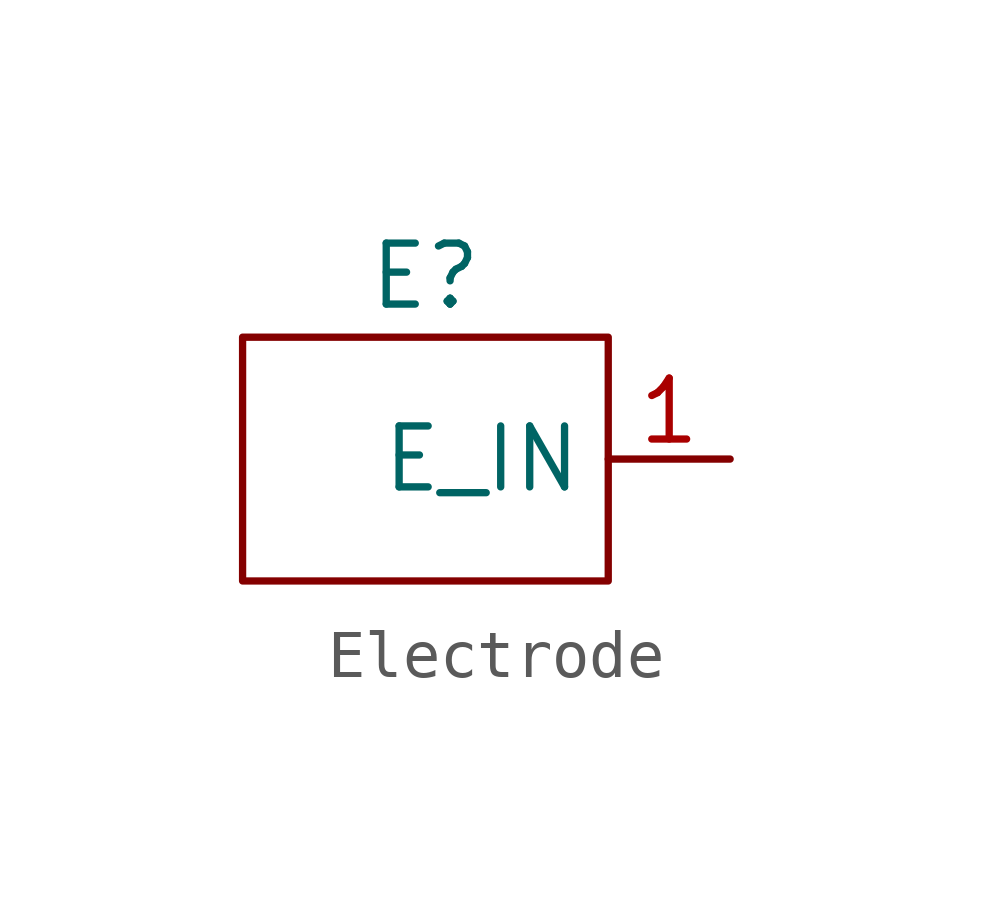
<source format=kicad_sym>
(kicad_symbol_lib
  (version 20231120)
  (generator "kicad_symbol_editor")
  (generator_version "8.0")
  (symbol "Electrode"
    (property "Reference" "E"
      (at 0 0 0)
      (effects (font (size 1.27 1.27))))
    (property "Value" ""
      (at 0 0 0)
      (effects (font (size 1.27 1.27))))
    (symbol "Electrode_0_1"
      (rectangle (start -3.81 -1.27) (end 3.81 -6.35) (stroke (width 0) (type default)) (fill (type none))))
    (symbol "Electrode_1_1"
      (pin output line (at 6.35 -3.81 180) (length 2.54) (name "E_IN" (effects (font (size 1.27 1.27)))) (number "1" (effects (font (size 1.27 1.27))))))))
</source>
